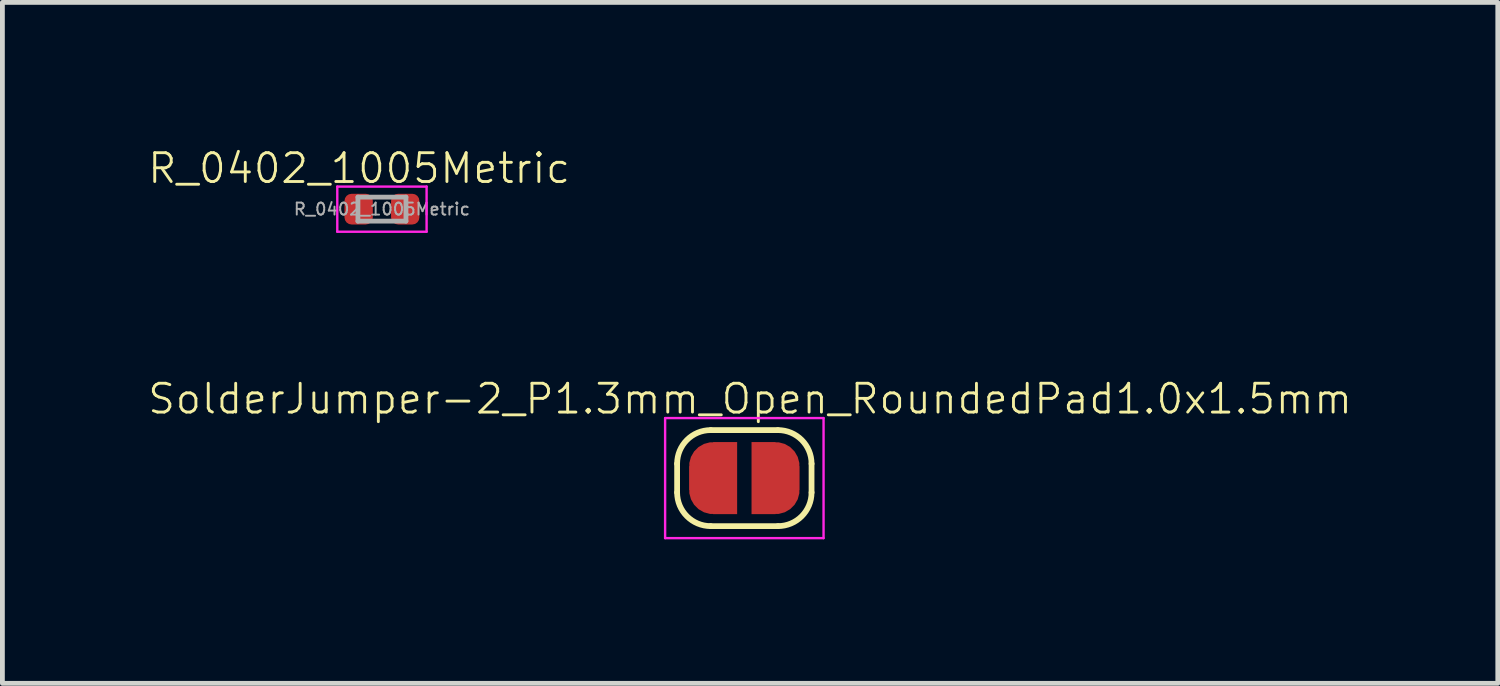
<source format=kicad_pcb>
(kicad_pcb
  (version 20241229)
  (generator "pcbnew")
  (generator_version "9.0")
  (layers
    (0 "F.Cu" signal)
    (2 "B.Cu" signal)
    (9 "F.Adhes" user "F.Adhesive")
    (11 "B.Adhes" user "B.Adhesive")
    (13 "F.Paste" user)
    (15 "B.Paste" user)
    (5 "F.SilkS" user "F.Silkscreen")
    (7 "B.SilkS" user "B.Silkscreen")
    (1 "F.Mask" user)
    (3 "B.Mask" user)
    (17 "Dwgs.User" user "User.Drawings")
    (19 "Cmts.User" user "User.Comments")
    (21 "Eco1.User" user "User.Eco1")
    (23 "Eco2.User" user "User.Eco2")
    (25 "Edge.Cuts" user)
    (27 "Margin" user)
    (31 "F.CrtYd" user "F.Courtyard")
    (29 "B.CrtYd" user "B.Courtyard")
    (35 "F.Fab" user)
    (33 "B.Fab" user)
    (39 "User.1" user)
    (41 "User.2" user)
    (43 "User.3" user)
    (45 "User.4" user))
  (footprint "R_0402_1005Metric"
    (layer "F.Cu")
    (at 4.905 1.306)
    (property "Reference" "R_0402_1005Metric" (at -0.475 -0.85 180) (layer "F.SilkS") (effects (font (size 0.6 0.6) (thickness 0.06))))
    (attr smd)
    (fp_line (start -0.93 -0.47) (end 0.93 -0.47) (stroke (width 0.05) (type solid)) (layer "F.CrtYd"))
    (fp_line (start -0.93 0.47) (end -0.93 -0.47) (stroke (width 0.05) (type solid)) (layer "F.CrtYd"))
    (fp_line (start 0.93 -0.47) (end 0.93 0.47) (stroke (width 0.05) (type solid)) (layer "F.CrtYd"))
    (fp_line (start 0.93 0.47) (end -0.93 0.47) (stroke (width 0.05) (type solid)) (layer "F.CrtYd"))
    (fp_line (start -0.5 -0.25) (end 0.5 -0.25) (stroke (width 0.1) (type solid)) (layer "F.Fab"))
    (fp_line (start -0.5 0.25) (end -0.5 -0.25) (stroke (width 0.1) (type solid)) (layer "F.Fab"))
    (fp_line (start 0.5 -0.25) (end 0.5 0.25) (stroke (width 0.1) (type solid)) (layer "F.Fab"))
    (fp_line (start 0.5 0.25) (end -0.5 0.25) (stroke (width 0.1) (type solid)) (layer "F.Fab"))
    (fp_text user "${REFERENCE}" (at 0 0 180) (layer "F.Fab") (effects (font (size 0.25 0.25) (thickness 0.04))))
    (pad "1" smd roundrect (at -0.485 0) (size 0.59 0.64) (layers "F.Cu" "F.Mask" "F.Paste") (roundrect_rratio 0.25))
    (pad "2" smd roundrect (at 0.485 0) (size 0.59 0.64) (layers "F.Cu" "F.Mask" "F.Paste") (roundrect_rratio 0.25)))
  (footprint "SolderJumper-2_P1.3mm_Open_RoundedPad1.0x1.5mm"
    (layer "F.Cu")
    (at 12.453 6.908)
    (property "Reference" "SolderJumper-2_P1.3mm_Open_RoundedPad1.0x1.5mm" (at 0.12 -1.65 180) (layer "F.SilkS") (effects (font (size 0.6 0.6) (thickness 0.06))))
    (attr exclude_from_pos_files exclude_from_bom)
    (fp_line (start -1.4 0.3) (end -1.4 -0.3) (stroke (width 0.12) (type solid)) (layer "F.SilkS"))
    (fp_line (start -0.7 -1) (end 0.7 -1) (stroke (width 0.12) (type solid)) (layer "F.SilkS"))
    (fp_line (start 0.7 1) (end -0.7 1) (stroke (width 0.12) (type solid)) (layer "F.SilkS"))
    (fp_line (start 1.4 -0.3) (end 1.4 0.3) (stroke (width 0.12) (type solid)) (layer "F.SilkS"))
    (fp_arc (start -1.4 -0.3) (mid -1.194975 -0.794975) (end -0.7 -1) (stroke (width 0.12) (type solid)) (layer "F.SilkS"))
    (fp_arc (start -0.7 1) (mid -1.194975 0.794975) (end -1.4 0.3) (stroke (width 0.12) (type solid)) (layer "F.SilkS"))
    (fp_arc (start 0.7 -1) (mid 1.194975 -0.794975) (end 1.4 -0.3) (stroke (width 0.12) (type solid)) (layer "F.SilkS"))
    (fp_arc (start 1.4 0.3) (mid 1.194975 0.794975) (end 0.7 1) (stroke (width 0.12) (type solid)) (layer "F.SilkS"))
    (fp_line (start -1.65 -1.25) (end -1.65 1.25) (stroke (width 0.05) (type solid)) (layer "F.CrtYd"))
    (fp_line (start -1.65 -1.25) (end 1.65 -1.25) (stroke (width 0.05) (type solid)) (layer "F.CrtYd"))
    (fp_line (start 1.65 1.25) (end -1.65 1.25) (stroke (width 0.05) (type solid)) (layer "F.CrtYd"))
    (fp_line (start 1.65 1.25) (end 1.65 -1.25) (stroke (width 0.05) (type solid)) (layer "F.CrtYd"))
    (pad "1" smd custom (at -0.65 0) (size 1 0.5) (layers "F.Cu" "F.Mask") (options (anchor rect)) (primitives (gr_circle (center 0 0.25) (end 0.5 0.25) (width 0) (fill yes)) (gr_circle (center 0 -0.25) (end 0.5 -0.25) (width 0) (fill yes)) (gr_poly (pts (xy 0 -0.75) (xy 0.5 -0.75) (xy 0.5 0.75) (xy 0 0.75)) (width 0) (fill yes))))
    (pad "2" smd custom (at 0.65 0) (size 1 0.5) (layers "F.Cu" "F.Mask") (options (anchor rect)) (primitives (gr_circle (center 0 0.25) (end 0.5 0.25) (width 0) (fill yes)) (gr_circle (center 0 -0.25) (end 0.5 -0.25) (width 0) (fill yes)) (gr_poly (pts (xy 0 -0.75) (xy -0.5 -0.75) (xy -0.5 0.75) (xy 0 0.75)) (width 0) (fill yes)))))
  (gr_rect
    (start -3 -3)
    (end 28.146 11.183)
    (stroke (width 0.1) (type default))
    (fill no)
    (layer "Edge.Cuts")))
</source>
